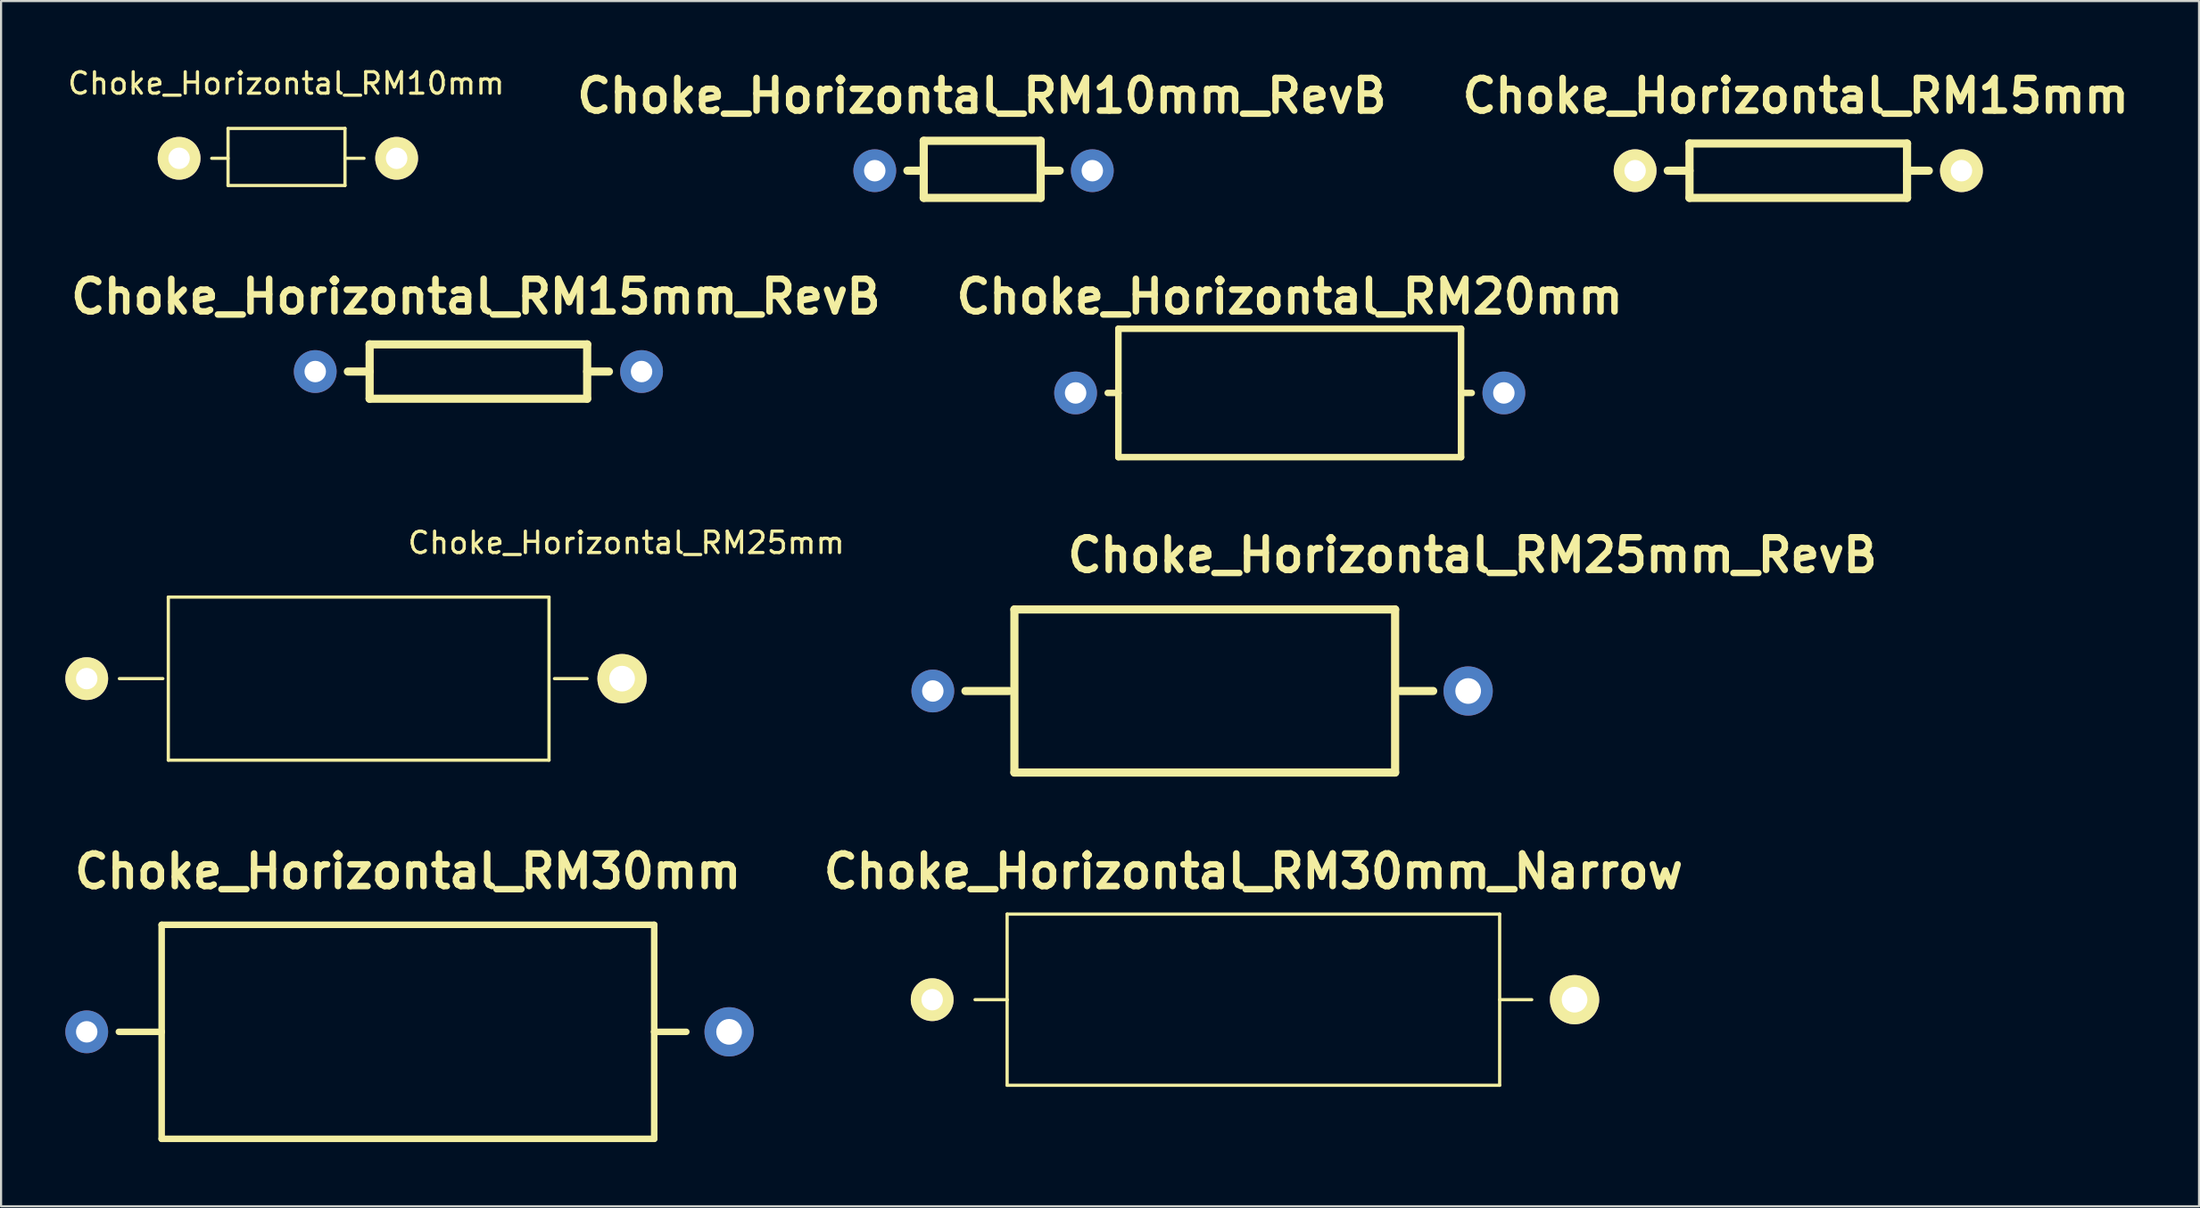
<source format=kicad_pcb>
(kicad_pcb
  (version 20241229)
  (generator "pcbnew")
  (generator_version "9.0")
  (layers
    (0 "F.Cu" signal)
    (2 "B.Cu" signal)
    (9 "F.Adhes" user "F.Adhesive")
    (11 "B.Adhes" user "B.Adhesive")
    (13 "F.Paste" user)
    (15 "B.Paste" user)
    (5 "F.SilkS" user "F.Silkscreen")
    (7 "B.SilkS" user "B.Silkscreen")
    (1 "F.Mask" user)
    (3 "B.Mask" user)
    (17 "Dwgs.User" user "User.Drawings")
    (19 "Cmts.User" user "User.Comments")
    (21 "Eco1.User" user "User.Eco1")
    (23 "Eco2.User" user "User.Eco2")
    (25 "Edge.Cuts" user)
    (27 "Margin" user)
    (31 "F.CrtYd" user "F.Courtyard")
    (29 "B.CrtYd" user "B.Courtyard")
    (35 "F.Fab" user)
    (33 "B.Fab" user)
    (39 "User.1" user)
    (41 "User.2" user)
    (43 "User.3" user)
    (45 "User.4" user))
  (footprint "Choke_Horizontal_RM25mm"
    (layer "F.Cu")
    (at 13.499 28.665)
    (property "Reference" "Choke_Horizontal_RM25mm" (at 12.7 -6.35 0) (layer "F.SilkS") (effects (font (size 1 1) (thickness 0.15))))
    (attr through_hole)
    (fp_line (start -8.943 0) (end -10.975 0) (stroke (width 0.15) (type solid)) (layer "F.SilkS"))
    (fp_line (start -8.689 -3.81) (end -8.689 3.81) (stroke (width 0.15) (type solid)) (layer "F.SilkS"))
    (fp_line (start -8.689 3.81) (end 9.091 3.81) (stroke (width 0.15) (type solid)) (layer "F.SilkS"))
    (fp_line (start 9.091 -3.81) (end -8.689 -3.81) (stroke (width 0.15) (type solid)) (layer "F.SilkS"))
    (fp_line (start 9.091 3.81) (end 9.091 -3.81) (stroke (width 0.15) (type solid)) (layer "F.SilkS"))
    (fp_line (start 9.345 0) (end 10.869 0) (stroke (width 0.15) (type solid)) (layer "F.SilkS"))
    (pad "1" thru_hole circle (at -12.499 0) (size 1.999 1.999) (drill 1.001) (layers "*.Cu" "*.Mask" "F.SilkS"))
    (pad "2" thru_hole circle (at 12.502 0) (size 2.301 2.301) (drill 1.199) (layers "*.Cu" "*.Mask" "F.SilkS")))
  (footprint "Choke_Horizontal_RM15mm_RevB"
    (layer "F.Cu")
    (at 19.173 14.314)
    (property "Reference" "Choke_Horizontal_RM15mm_RevB" (at 0 -3.5 0) (layer "F.SilkS") (effects (font (size 1.524 1.524) (thickness 0.305))))
    (attr through_hole)
    (fp_line (start -4.961 -1.27) (end 5.199 -1.27) (stroke (width 0.381) (type solid)) (layer "F.SilkS"))
    (fp_line (start -4.961 0) (end -5.977 0) (stroke (width 0.381) (type solid)) (layer "F.SilkS"))
    (fp_line (start -4.961 1.27) (end -4.961 -1.27) (stroke (width 0.381) (type solid)) (layer "F.SilkS"))
    (fp_line (start 5.199 -1.27) (end 5.199 1.27) (stroke (width 0.381) (type solid)) (layer "F.SilkS"))
    (fp_line (start 5.199 0) (end 6.215 0) (stroke (width 0.381) (type solid)) (layer "F.SilkS"))
    (fp_line (start 5.199 1.27) (end -4.961 1.27) (stroke (width 0.381) (type solid)) (layer "F.SilkS"))
    (pad "1" thru_hole circle (at -7.501 0) (size 1.999 1.999) (drill 1.001) (layers "*.Cu"))
    (pad "2" thru_hole circle (at 7.739 0) (size 1.999 1.999) (drill 1.001) (layers "*.Cu")))
  (footprint "Choke_Horizontal_RM15mm"
    (layer "F.Cu")
    (at 80.813 4.927)
    (property "Reference" "Choke_Horizontal_RM15mm" (at 0 -3.5 0) (layer "F.SilkS") (effects (font (size 1.524 1.524) (thickness 0.305))))
    (attr through_hole)
    (fp_line (start -4.961 -1.27) (end 5.199 -1.27) (stroke (width 0.381) (type solid)) (layer "F.SilkS"))
    (fp_line (start -4.961 0) (end -5.977 0) (stroke (width 0.381) (type solid)) (layer "F.SilkS"))
    (fp_line (start -4.961 1.27) (end -4.961 -1.27) (stroke (width 0.381) (type solid)) (layer "F.SilkS"))
    (fp_line (start 5.199 -1.27) (end 5.199 1.27) (stroke (width 0.381) (type solid)) (layer "F.SilkS"))
    (fp_line (start 5.199 0) (end 6.215 0) (stroke (width 0.381) (type solid)) (layer "F.SilkS"))
    (fp_line (start 5.199 1.27) (end -4.961 1.27) (stroke (width 0.381) (type solid)) (layer "F.SilkS"))
    (pad "1" thru_hole circle (at -7.501 0) (size 1.999 1.999) (drill 1.001) (layers "*.Cu" "*.Mask" "F.SilkS"))
    (pad "2" thru_hole circle (at 7.739 0) (size 1.999 1.999) (drill 1.001) (layers "*.Cu" "*.Mask" "F.SilkS")))
  (footprint "Choke_Horizontal_RM30mm"
    (layer "F.Cu")
    (at 16.001 45.171)
    (property "Reference" "Choke_Horizontal_RM30mm" (at 0 -7.501 0) (layer "F.SilkS") (effects (font (size 1.524 1.524) (thickness 0.305))))
    (attr through_hole)
    (fp_line (start -11.501 0) (end -13.5 0) (stroke (width 0.305) (type solid)) (layer "F.SilkS"))
    (fp_line (start -11.501 0) (end -11.501 -5.001) (stroke (width 0.305) (type solid)) (layer "F.SilkS"))
    (fp_line (start -11.501 0) (end -11.501 5.001) (stroke (width 0.305) (type solid)) (layer "F.SilkS"))
    (fp_line (start 11.501 -5.001) (end -11.501 -5.001) (stroke (width 0.305) (type solid)) (layer "F.SilkS"))
    (fp_line (start 11.501 0) (end 11.501 -5.001) (stroke (width 0.305) (type solid)) (layer "F.SilkS"))
    (fp_line (start 11.501 0) (end 11.501 5.001) (stroke (width 0.305) (type solid)) (layer "F.SilkS"))
    (fp_line (start 11.501 0) (end 13 0) (stroke (width 0.305) (type solid)) (layer "F.SilkS"))
    (fp_line (start 11.501 5.001) (end -11.501 5.001) (stroke (width 0.305) (type solid)) (layer "F.SilkS"))
    (pad "1" thru_hole circle (at -15.001 0) (size 1.999 1.999) (drill 1.001) (layers "*.Cu"))
    (pad "2" thru_hole circle (at 14.999 0) (size 2.301 2.301) (drill 1.199) (layers "*.Cu")))
  (footprint "Choke_Horizontal_RM25mm_RevB"
    (layer "F.Cu")
    (at 53.013 29.243)
    (property "Reference" "Choke_Horizontal_RM25mm_RevB" (at 12.7 -6.35 0) (layer "F.SilkS") (effects (font (size 1.524 1.524) (thickness 0.305))))
    (attr through_hole)
    (fp_line (start -8.943 0) (end -10.975 0) (stroke (width 0.381) (type solid)) (layer "F.SilkS"))
    (fp_line (start -8.689 -3.81) (end -8.689 3.81) (stroke (width 0.381) (type solid)) (layer "F.SilkS"))
    (fp_line (start -8.689 3.81) (end 9.091 3.81) (stroke (width 0.381) (type solid)) (layer "F.SilkS"))
    (fp_line (start 9.091 -3.81) (end -8.689 -3.81) (stroke (width 0.381) (type solid)) (layer "F.SilkS"))
    (fp_line (start 9.091 3.81) (end 9.091 -3.81) (stroke (width 0.381) (type solid)) (layer "F.SilkS"))
    (fp_line (start 9.345 0) (end 10.869 0) (stroke (width 0.381) (type solid)) (layer "F.SilkS"))
    (pad "1" thru_hole circle (at -12.499 0) (size 1.999 1.999) (drill 1.001) (layers "*.Cu"))
    (pad "2" thru_hole circle (at 12.502 0) (size 2.301 2.301) (drill 1.199) (layers "*.Cu")))
  (footprint "Choke_Horizontal_RM30mm_Narrow"
    (layer "F.Cu")
    (at 55.485 43.669)
    (property "Reference" "Choke_Horizontal_RM30mm_Narrow" (at 0 -5.999 0) (layer "F.SilkS") (effects (font (size 1.524 1.524) (thickness 0.305))))
    (attr through_hole)
    (fp_line (start -11.501 -4) (end 11.501 -4) (stroke (width 0.15) (type solid)) (layer "F.SilkS"))
    (fp_line (start -11.501 0) (end -13 0) (stroke (width 0.15) (type solid)) (layer "F.SilkS"))
    (fp_line (start -11.501 0) (end -11.501 -4) (stroke (width 0.15) (type solid)) (layer "F.SilkS"))
    (fp_line (start -11.501 0) (end -11.501 4) (stroke (width 0.15) (type solid)) (layer "F.SilkS"))
    (fp_line (start 11.501 -4) (end 11.501 4) (stroke (width 0.15) (type solid)) (layer "F.SilkS"))
    (fp_line (start 11.501 0) (end 13 0) (stroke (width 0.15) (type solid)) (layer "F.SilkS"))
    (fp_line (start 11.501 4) (end -11.501 4) (stroke (width 0.15) (type solid)) (layer "F.SilkS"))
    (pad "1" thru_hole circle (at -15.001 0) (size 1.999 1.999) (drill 1.001) (layers "*.Cu" "*.Mask" "F.SilkS"))
    (pad "2" thru_hole circle (at 14.999 0) (size 2.301 2.301) (drill 1.199) (layers "*.Cu" "*.Mask" "F.SilkS")))
  (footprint "Choke_Horizontal_RM20mm"
    (layer "F.Cu")
    (at 57.182 15.314)
    (property "Reference" "Choke_Horizontal_RM20mm" (at 0 -4.501 0) (layer "F.SilkS") (effects (font (size 1.524 1.524) (thickness 0.305))))
    (attr through_hole)
    (fp_line (start -8.001 -3) (end -8.001 3) (stroke (width 0.305) (type solid)) (layer "F.SilkS"))
    (fp_line (start -8.001 0) (end -8.499 0) (stroke (width 0.305) (type solid)) (layer "F.SilkS"))
    (fp_line (start -8.001 3) (end 8.001 3) (stroke (width 0.305) (type solid)) (layer "F.SilkS"))
    (fp_line (start 8.001 -3) (end -8.001 -3) (stroke (width 0.305) (type solid)) (layer "F.SilkS"))
    (fp_line (start 8.001 0) (end 8.499 0) (stroke (width 0.305) (type solid)) (layer "F.SilkS"))
    (fp_line (start 8.001 3) (end 8.001 -3) (stroke (width 0.305) (type solid)) (layer "F.SilkS"))
    (pad "1" thru_hole circle (at -10 0) (size 1.999 1.999) (drill 1.001) (layers "*.Cu"))
    (pad "2" thru_hole circle (at 10 0) (size 1.999 1.999) (drill 1.001) (layers "*.Cu")))
  (footprint "Choke_Horizontal_RM10mm_RevB"
    (layer "F.Cu")
    (at 42.804 4.927)
    (property "Reference" "Choke_Horizontal_RM10mm_RevB" (at 0 -3.5 0) (layer "F.SilkS") (effects (font (size 1.524 1.524) (thickness 0.305))))
    (attr through_hole)
    (fp_line (start -2.715 -1.397) (end 2.746 -1.397) (stroke (width 0.381) (type solid)) (layer "F.SilkS"))
    (fp_line (start -2.715 0) (end -3.477 0) (stroke (width 0.381) (type solid)) (layer "F.SilkS"))
    (fp_line (start -2.715 1.27) (end -2.715 -1.397) (stroke (width 0.381) (type solid)) (layer "F.SilkS"))
    (fp_line (start 2.746 -1.397) (end 2.746 1.27) (stroke (width 0.381) (type solid)) (layer "F.SilkS"))
    (fp_line (start 2.746 0) (end 3.635 0) (stroke (width 0.381) (type solid)) (layer "F.SilkS"))
    (fp_line (start 2.746 1.27) (end -2.715 1.27) (stroke (width 0.381) (type solid)) (layer "F.SilkS"))
    (pad "1" thru_hole circle (at -5.001 0) (size 1.999 1.999) (drill 1.001) (layers "*.Cu"))
    (pad "2" thru_hole circle (at 5.159 0) (size 1.999 1.999) (drill 1.001) (layers "*.Cu")))
  (footprint "Choke_Horizontal_RM10mm"
    (layer "F.Cu")
    (at 10.315 4.348)
    (property "Reference" "Choke_Horizontal_RM10mm" (at 0 -3.5 0) (layer "F.SilkS") (effects (font (size 1 1) (thickness 0.15))))
    (attr through_hole)
    (fp_line (start -2.715 -1.397) (end 2.746 -1.397) (stroke (width 0.15) (type solid)) (layer "F.SilkS"))
    (fp_line (start -2.715 0) (end -3.477 0) (stroke (width 0.15) (type solid)) (layer "F.SilkS"))
    (fp_line (start -2.715 1.27) (end -2.715 -1.397) (stroke (width 0.15) (type solid)) (layer "F.SilkS"))
    (fp_line (start 2.746 -1.397) (end 2.746 1.27) (stroke (width 0.15) (type solid)) (layer "F.SilkS"))
    (fp_line (start 2.746 0) (end 3.635 0) (stroke (width 0.15) (type solid)) (layer "F.SilkS"))
    (fp_line (start 2.746 1.27) (end -2.715 1.27) (stroke (width 0.15) (type solid)) (layer "F.SilkS"))
    (pad "1" thru_hole circle (at -5.001 0) (size 1.999 1.999) (drill 1.001) (layers "*.Cu" "*.Mask" "F.SilkS"))
    (pad "2" thru_hole circle (at 5.159 0) (size 1.999 1.999) (drill 1.001) (layers "*.Cu" "*.Mask" "F.SilkS")))
  (gr_rect
    (start -3 -3)
    (end 99.648 53.324)
    (stroke (width 0.1) (type default))
    (fill no)
    (layer "Edge.Cuts")))
</source>
